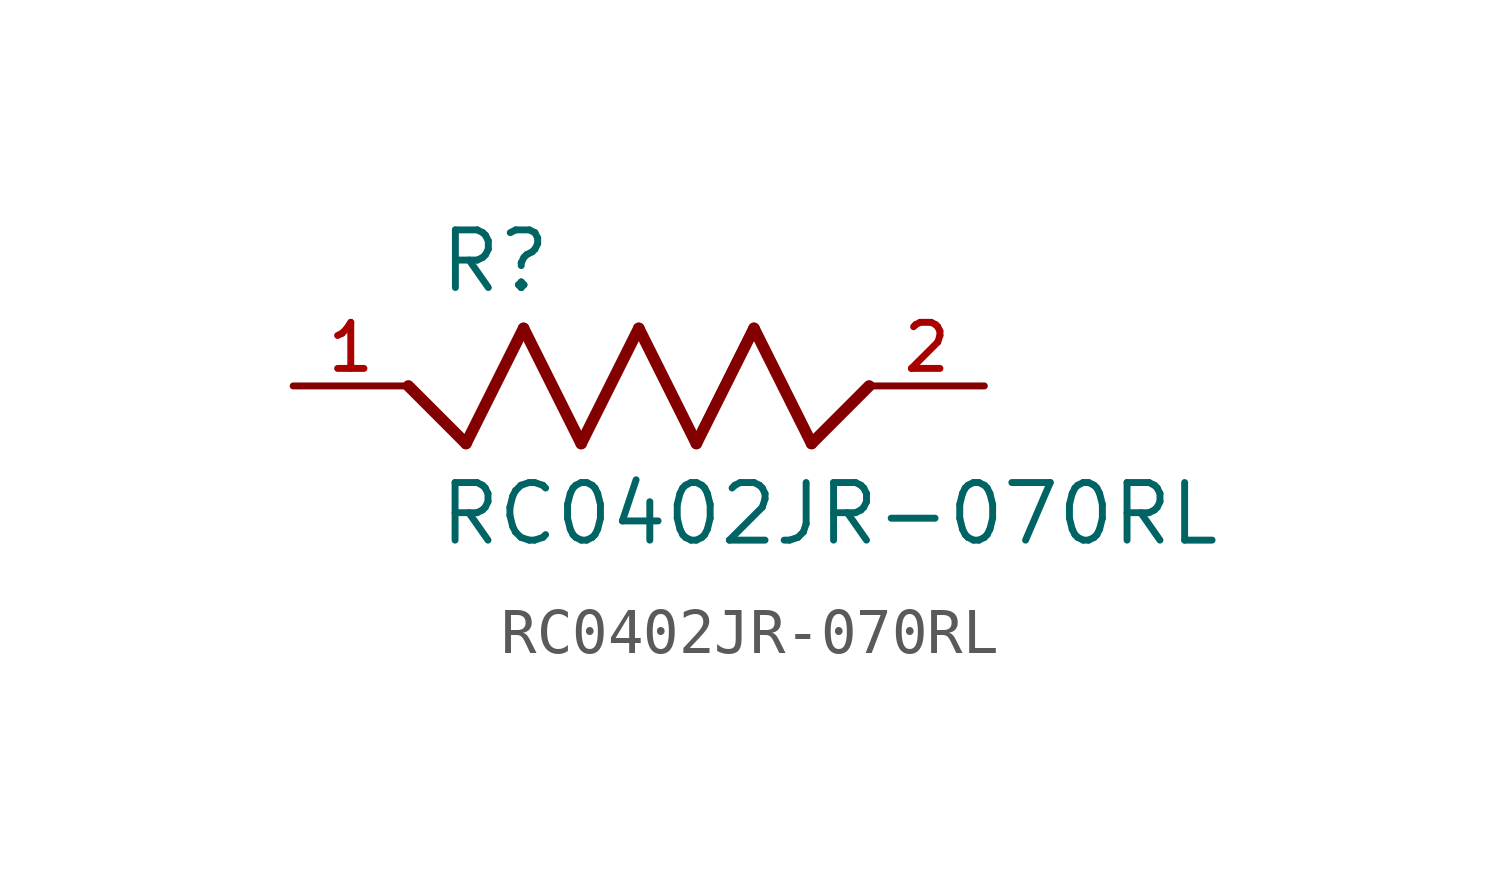
<source format=kicad_sym>
(kicad_symbol_lib
  (version 20211014)
  (generator kicad_symbol_editor)
  (symbol "RC0402JR-070RL"
    (pin_names
      (offset 1.016))
    (property "Reference" "R"
      (at -4.446 2.007 0)
      (effects (font (size 1.27 1.27)) (justify bottom left)))
    (property "Value" "RC0402JR-070RL"
      (at -4.453 -3.563 0)
      (effects (font (size 1.27 1.27)) (justify bottom left)))
    (symbol "RC0402JR-070RL_0_0"
      (polyline (pts (xy -5.08 0.0) (xy -3.81 -1.27)) (stroke (width 0.254)))
      (polyline (pts (xy -3.81 -1.27) (xy -2.54 1.27)) (stroke (width 0.254)))
      (polyline (pts (xy -2.54 1.27) (xy -1.27 -1.27)) (stroke (width 0.254)))
      (polyline (pts (xy -1.27 -1.27) (xy 0.0 1.27)) (stroke (width 0.254)))
      (polyline (pts (xy 0.0 1.27) (xy 1.27 -1.27)) (stroke (width 0.254)))
      (polyline (pts (xy 1.27 -1.27) (xy 2.54 1.27)) (stroke (width 0.254)))
      (polyline (pts (xy 2.54 1.27) (xy 3.81 -1.27)) (stroke (width 0.254)))
      (polyline (pts (xy 3.81 -1.27) (xy 5.08 0.0)) (stroke (width 0.254)))
      (pin passive line (at -7.62 0.0 0) (length 2.54) (name "~" (effects (font (size 1.016 1.016)))) (number "1" (effects (font (size 1.016 1.016)))))
      (pin passive line (at 7.62 0.0 180.0) (length 2.54) (name "~" (effects (font (size 1.016 1.016)))) (number "2" (effects (font (size 1.016 1.016))))))))
</source>
